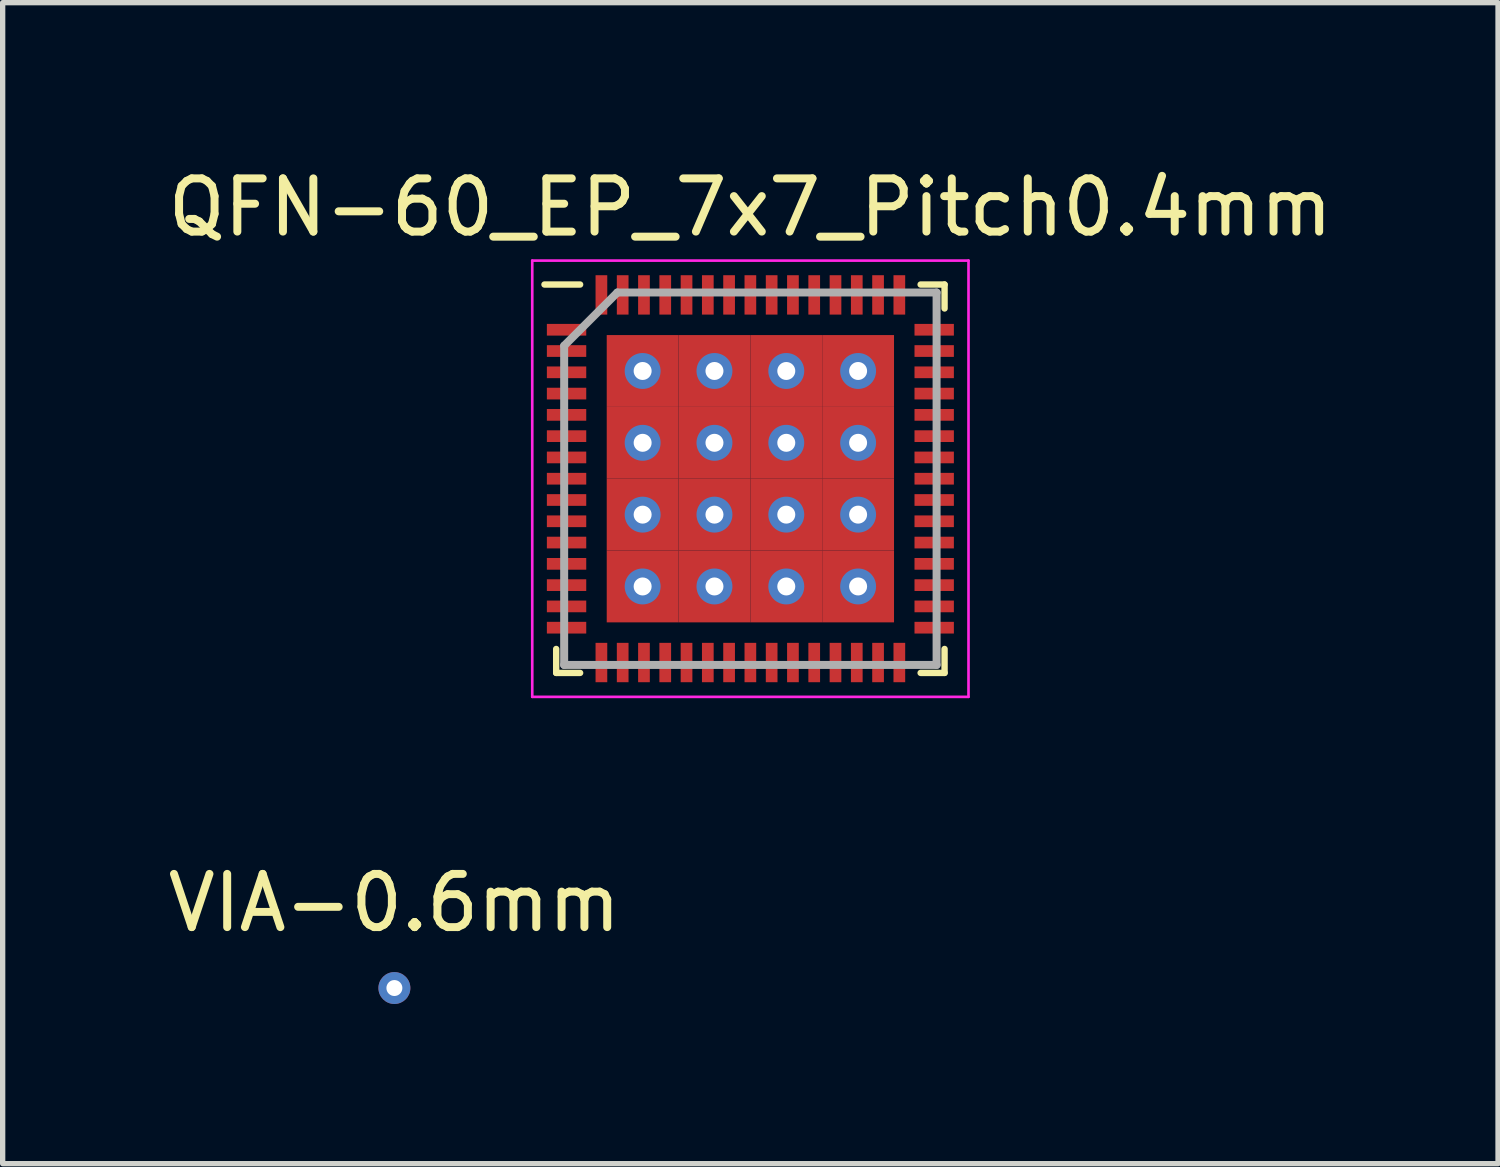
<source format=kicad_pcb>
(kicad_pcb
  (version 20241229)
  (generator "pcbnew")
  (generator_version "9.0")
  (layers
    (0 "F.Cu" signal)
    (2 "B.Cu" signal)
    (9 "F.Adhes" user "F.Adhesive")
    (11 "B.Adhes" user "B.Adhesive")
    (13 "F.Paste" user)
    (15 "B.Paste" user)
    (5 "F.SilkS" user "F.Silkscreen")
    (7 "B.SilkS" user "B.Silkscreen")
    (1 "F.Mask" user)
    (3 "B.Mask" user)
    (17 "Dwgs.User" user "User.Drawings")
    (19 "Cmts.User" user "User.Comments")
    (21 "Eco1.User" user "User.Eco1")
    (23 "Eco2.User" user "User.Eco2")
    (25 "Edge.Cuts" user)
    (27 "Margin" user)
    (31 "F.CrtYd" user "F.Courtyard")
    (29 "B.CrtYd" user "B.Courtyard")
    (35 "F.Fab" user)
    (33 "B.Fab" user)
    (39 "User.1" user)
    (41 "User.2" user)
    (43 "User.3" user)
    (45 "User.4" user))
  (footprint "QFN-60_EP_7x7_Pitch0.4mm"
    (layer "F.Cu")
    (at 11.054 5.948)
    (property "Reference" "QFN-60_EP_7x7_Pitch0.4mm" (at 0 -5.1 0) (layer "F.SilkS") (effects (font (size 1 1) (thickness 0.15))))
    (attr smd)
    (fp_line (start -3.65 3.65) (end -3.65 3.2) (stroke (width 0.12) (type solid)) (layer "F.SilkS"))
    (fp_line (start -3.2 -3.65) (end -3.87 -3.65) (stroke (width 0.12) (type solid)) (layer "F.SilkS"))
    (fp_line (start -3.2 3.65) (end -3.65 3.65) (stroke (width 0.12) (type solid)) (layer "F.SilkS"))
    (fp_line (start 3.2 -3.65) (end 3.65 -3.65) (stroke (width 0.12) (type solid)) (layer "F.SilkS"))
    (fp_line (start 3.2 3.65) (end 3.65 3.65) (stroke (width 0.12) (type solid)) (layer "F.SilkS"))
    (fp_line (start 3.65 -3.65) (end 3.65 -3.2) (stroke (width 0.12) (type solid)) (layer "F.SilkS"))
    (fp_line (start 3.65 3.65) (end 3.65 3.2) (stroke (width 0.12) (type solid)) (layer "F.SilkS"))
    (fp_line (start -4.1 -4.1) (end 4.1 -4.1) (stroke (width 0.05) (type solid)) (layer "F.CrtYd"))
    (fp_line (start -4.1 4.1) (end -4.1 -4.1) (stroke (width 0.05) (type solid)) (layer "F.CrtYd"))
    (fp_line (start 4.1 -4.1) (end 4.1 4.1) (stroke (width 0.05) (type solid)) (layer "F.CrtYd"))
    (fp_line (start 4.1 4.1) (end -4.1 4.1) (stroke (width 0.05) (type solid)) (layer "F.CrtYd"))
    (fp_line (start -3.5 -2.5) (end -3.5 3.5) (stroke (width 0.15) (type solid)) (layer "F.Fab"))
    (fp_line (start -3.5 3.5) (end 3.5 3.5) (stroke (width 0.15) (type solid)) (layer "F.Fab"))
    (fp_line (start -2.5 -3.5) (end -3.5 -2.5) (stroke (width 0.15) (type solid)) (layer "F.Fab"))
    (fp_line (start 3.5 -3.5) (end -2.5 -3.5) (stroke (width 0.15) (type solid)) (layer "F.Fab"))
    (fp_line (start 3.5 3.5) (end 3.5 -3.5) (stroke (width 0.15) (type solid)) (layer "F.Fab"))
    (pad "1" smd rect (at -3.455 -2.8 90) (size 0.22 0.74) (layers "F.Cu" "F.Mask" "F.Paste"))
    (pad "2" smd rect (at -3.455 -2.4 90) (size 0.22 0.74) (layers "F.Cu" "F.Mask" "F.Paste"))
    (pad "3" smd rect (at -3.455 -2 90) (size 0.22 0.74) (layers "F.Cu" "F.Mask" "F.Paste"))
    (pad "4" smd rect (at -3.455 -1.6 90) (size 0.22 0.74) (layers "F.Cu" "F.Mask" "F.Paste"))
    (pad "5" smd rect (at -3.455 -1.2 90) (size 0.22 0.74) (layers "F.Cu" "F.Mask" "F.Paste"))
    (pad "6" smd rect (at -3.455 -0.8 90) (size 0.22 0.74) (layers "F.Cu" "F.Mask" "F.Paste"))
    (pad "7" smd rect (at -3.455 -0.4 90) (size 0.22 0.74) (layers "F.Cu" "F.Mask" "F.Paste"))
    (pad "8" smd rect (at -3.455 0 90) (size 0.22 0.74) (layers "F.Cu" "F.Mask" "F.Paste"))
    (pad "9" smd rect (at -3.455 0.4 90) (size 0.22 0.74) (layers "F.Cu" "F.Mask" "F.Paste"))
    (pad "10" smd rect (at -3.455 0.8 90) (size 0.22 0.74) (layers "F.Cu" "F.Mask" "F.Paste"))
    (pad "11" smd rect (at -3.455 1.2 90) (size 0.22 0.74) (layers "F.Cu" "F.Mask" "F.Paste"))
    (pad "12" smd rect (at -3.455 1.6 90) (size 0.22 0.74) (layers "F.Cu" "F.Mask" "F.Paste"))
    (pad "13" smd rect (at -3.455 2 90) (size 0.22 0.74) (layers "F.Cu" "F.Mask" "F.Paste"))
    (pad "14" smd rect (at -3.455 2.4 90) (size 0.22 0.74) (layers "F.Cu" "F.Mask" "F.Paste"))
    (pad "15" smd rect (at -3.455 2.8 90) (size 0.22 0.74) (layers "F.Cu" "F.Mask" "F.Paste"))
    (pad "16" smd rect (at -2.8 3.455) (size 0.22 0.74) (layers "F.Cu" "F.Mask" "F.Paste"))
    (pad "17" smd rect (at -2.4 3.455) (size 0.22 0.74) (layers "F.Cu" "F.Mask" "F.Paste"))
    (pad "18" smd rect (at -2 3.455) (size 0.22 0.74) (layers "F.Cu" "F.Mask" "F.Paste"))
    (pad "19" smd rect (at -1.6 3.455) (size 0.22 0.74) (layers "F.Cu" "F.Mask" "F.Paste"))
    (pad "20" smd rect (at -1.2 3.455) (size 0.22 0.74) (layers "F.Cu" "F.Mask" "F.Paste"))
    (pad "21" smd rect (at -0.8 3.455) (size 0.22 0.74) (layers "F.Cu" "F.Mask" "F.Paste"))
    (pad "22" smd rect (at -0.4 3.455) (size 0.22 0.74) (layers "F.Cu" "F.Mask" "F.Paste"))
    (pad "23" smd rect (at 0 3.455) (size 0.22 0.74) (layers "F.Cu" "F.Mask" "F.Paste"))
    (pad "24" smd rect (at 0.4 3.455) (size 0.22 0.74) (layers "F.Cu" "F.Mask" "F.Paste"))
    (pad "25" smd rect (at 0.8 3.455) (size 0.22 0.74) (layers "F.Cu" "F.Mask" "F.Paste"))
    (pad "26" smd rect (at 1.2 3.455) (size 0.22 0.74) (layers "F.Cu" "F.Mask" "F.Paste"))
    (pad "27" smd rect (at 1.6 3.455) (size 0.22 0.74) (layers "F.Cu" "F.Mask" "F.Paste"))
    (pad "28" smd rect (at 2 3.455) (size 0.22 0.74) (layers "F.Cu" "F.Mask" "F.Paste"))
    (pad "29" smd rect (at 2.4 3.455) (size 0.22 0.74) (layers "F.Cu" "F.Mask" "F.Paste"))
    (pad "30" smd rect (at 2.8 3.455) (size 0.22 0.74) (layers "F.Cu" "F.Mask" "F.Paste"))
    (pad "31" smd rect (at 3.455 2.8 90) (size 0.22 0.74) (layers "F.Cu" "F.Mask" "F.Paste"))
    (pad "32" smd rect (at 3.455 2.4 90) (size 0.22 0.74) (layers "F.Cu" "F.Mask" "F.Paste"))
    (pad "33" smd rect (at 3.455 2 90) (size 0.22 0.74) (layers "F.Cu" "F.Mask" "F.Paste"))
    (pad "34" smd rect (at 3.455 1.6 90) (size 0.22 0.74) (layers "F.Cu" "F.Mask" "F.Paste"))
    (pad "35" smd rect (at 3.455 1.2 90) (size 0.22 0.74) (layers "F.Cu" "F.Mask" "F.Paste"))
    (pad "36" smd rect (at 3.455 0.8 90) (size 0.22 0.74) (layers "F.Cu" "F.Mask" "F.Paste"))
    (pad "37" smd rect (at 3.455 0.4 90) (size 0.22 0.74) (layers "F.Cu" "F.Mask" "F.Paste"))
    (pad "38" smd rect (at 3.455 0 90) (size 0.22 0.74) (layers "F.Cu" "F.Mask" "F.Paste"))
    (pad "39" smd rect (at 3.455 -0.4 90) (size 0.22 0.74) (layers "F.Cu" "F.Mask" "F.Paste"))
    (pad "40" smd rect (at 3.455 -0.8 90) (size 0.22 0.74) (layers "F.Cu" "F.Mask" "F.Paste"))
    (pad "41" smd rect (at 3.455 -1.2 90) (size 0.22 0.74) (layers "F.Cu" "F.Mask" "F.Paste"))
    (pad "42" smd rect (at 3.455 -1.6 90) (size 0.22 0.74) (layers "F.Cu" "F.Mask" "F.Paste"))
    (pad "43" smd rect (at 3.455 -2 90) (size 0.22 0.74) (layers "F.Cu" "F.Mask" "F.Paste"))
    (pad "44" smd rect (at 3.455 -2.4 90) (size 0.22 0.74) (layers "F.Cu" "F.Mask" "F.Paste"))
    (pad "45" smd rect (at 3.455 -2.8 90) (size 0.22 0.74) (layers "F.Cu" "F.Mask" "F.Paste"))
    (pad "46" smd rect (at 2.8 -3.455) (size 0.22 0.74) (layers "F.Cu" "F.Mask" "F.Paste"))
    (pad "47" smd rect (at 2.4 -3.455) (size 0.22 0.74) (layers "F.Cu" "F.Mask" "F.Paste"))
    (pad "48" smd rect (at 2 -3.455) (size 0.22 0.74) (layers "F.Cu" "F.Mask" "F.Paste"))
    (pad "49" smd rect (at 1.6 -3.455) (size 0.22 0.74) (layers "F.Cu" "F.Mask" "F.Paste"))
    (pad "50" smd rect (at 1.2 -3.455) (size 0.22 0.74) (layers "F.Cu" "F.Mask" "F.Paste"))
    (pad "51" smd rect (at 0.8 -3.455) (size 0.22 0.74) (layers "F.Cu" "F.Mask" "F.Paste"))
    (pad "52" smd rect (at 0.4 -3.455) (size 0.22 0.74) (layers "F.Cu" "F.Mask" "F.Paste"))
    (pad "53" smd rect (at 0 -3.455) (size 0.22 0.74) (layers "F.Cu" "F.Mask" "F.Paste"))
    (pad "54" smd rect (at -0.4 -3.455) (size 0.22 0.74) (layers "F.Cu" "F.Mask" "F.Paste"))
    (pad "55" smd rect (at -0.8 -3.455) (size 0.22 0.74) (layers "F.Cu" "F.Mask" "F.Paste"))
    (pad "56" smd rect (at -1.2 -3.455) (size 0.22 0.74) (layers "F.Cu" "F.Mask" "F.Paste"))
    (pad "57" smd rect (at -1.6 -3.455) (size 0.22 0.74) (layers "F.Cu" "F.Mask" "F.Paste"))
    (pad "58" smd rect (at -2 -3.455) (size 0.22 0.74) (layers "F.Cu" "F.Mask" "F.Paste"))
    (pad "59" smd rect (at -2.4 -3.455) (size 0.22 0.74) (layers "F.Cu" "F.Mask" "F.Paste"))
    (pad "60" smd rect (at -2.8 -3.455) (size 0.22 0.74) (layers "F.Cu" "F.Mask" "F.Paste"))
    (pad "61" thru_hole circle (at -2.025 -2.025) (size 0.675 0.675) (drill 0.338) (layers "*.Cu" "*.Mask"))
    (pad "61" smd rect (at -2.025 -2.025) (size 1.35 1.35) (layers "F.Cu" "F.Mask" "F.Paste"))
    (pad "61" thru_hole circle (at -2.025 -0.675) (size 0.675 0.675) (drill 0.338) (layers "*.Cu" "*.Mask"))
    (pad "61" smd rect (at -2.025 -0.675) (size 1.35 1.35) (layers "F.Cu" "F.Mask" "F.Paste"))
    (pad "61" thru_hole circle (at -2.025 0.675) (size 0.675 0.675) (drill 0.338) (layers "*.Cu" "*.Mask"))
    (pad "61" smd rect (at -2.025 0.675) (size 1.35 1.35) (layers "F.Cu" "F.Mask" "F.Paste"))
    (pad "61" thru_hole circle (at -2.025 2.025) (size 0.675 0.675) (drill 0.338) (layers "*.Cu" "*.Mask"))
    (pad "61" smd rect (at -2.025 2.025) (size 1.35 1.35) (layers "F.Cu" "F.Mask" "F.Paste"))
    (pad "61" thru_hole circle (at -0.675 -2.025) (size 0.675 0.675) (drill 0.338) (layers "*.Cu" "*.Mask"))
    (pad "61" smd rect (at -0.675 -2.025) (size 1.35 1.35) (layers "F.Cu" "F.Mask" "F.Paste"))
    (pad "61" thru_hole circle (at -0.675 -0.675) (size 0.675 0.675) (drill 0.338) (layers "*.Cu" "*.Mask"))
    (pad "61" smd rect (at -0.675 -0.675) (size 1.35 1.35) (layers "F.Cu" "F.Mask" "F.Paste"))
    (pad "61" thru_hole circle (at -0.675 0.675) (size 0.675 0.675) (drill 0.338) (layers "*.Cu" "*.Mask"))
    (pad "61" smd rect (at -0.675 0.675) (size 1.35 1.35) (layers "F.Cu" "F.Mask" "F.Paste"))
    (pad "61" thru_hole circle (at -0.675 2.025) (size 0.675 0.675) (drill 0.338) (layers "*.Cu" "*.Mask"))
    (pad "61" smd rect (at -0.675 2.025) (size 1.35 1.35) (layers "F.Cu" "F.Mask" "F.Paste"))
    (pad "61" thru_hole circle (at 0.675 -2.025) (size 0.675 0.675) (drill 0.338) (layers "*.Cu" "*.Mask"))
    (pad "61" smd rect (at 0.675 -2.025) (size 1.35 1.35) (layers "F.Cu" "F.Mask" "F.Paste"))
    (pad "61" thru_hole circle (at 0.675 -0.675) (size 0.675 0.675) (drill 0.338) (layers "*.Cu" "*.Mask"))
    (pad "61" smd rect (at 0.675 -0.675) (size 1.35 1.35) (layers "F.Cu" "F.Mask" "F.Paste"))
    (pad "61" thru_hole circle (at 0.675 0.675) (size 0.675 0.675) (drill 0.338) (layers "*.Cu" "*.Mask"))
    (pad "61" smd rect (at 0.675 0.675) (size 1.35 1.35) (layers "F.Cu" "F.Mask" "F.Paste"))
    (pad "61" thru_hole circle (at 0.675 2.025) (size 0.675 0.675) (drill 0.338) (layers "*.Cu" "*.Mask"))
    (pad "61" smd rect (at 0.675 2.025) (size 1.35 1.35) (layers "F.Cu" "F.Mask" "F.Paste"))
    (pad "61" thru_hole circle (at 2.025 -2.025) (size 0.675 0.675) (drill 0.338) (layers "*.Cu" "*.Mask"))
    (pad "61" smd rect (at 2.025 -2.025) (size 1.35 1.35) (layers "F.Cu" "F.Mask" "F.Paste"))
    (pad "61" thru_hole circle (at 2.025 -0.675) (size 0.675 0.675) (drill 0.338) (layers "*.Cu" "*.Mask"))
    (pad "61" smd rect (at 2.025 -0.675) (size 1.35 1.35) (layers "F.Cu" "F.Mask" "F.Paste"))
    (pad "61" thru_hole circle (at 2.025 0.675) (size 0.675 0.675) (drill 0.338) (layers "*.Cu" "*.Mask"))
    (pad "61" smd rect (at 2.025 0.675) (size 1.35 1.35) (layers "F.Cu" "F.Mask" "F.Paste"))
    (pad "61" thru_hole circle (at 2.025 2.025) (size 0.675 0.675) (drill 0.338) (layers "*.Cu" "*.Mask"))
    (pad "61" smd rect (at 2.025 2.025) (size 1.35 1.35) (layers "F.Cu" "F.Mask" "F.Paste")))
  (footprint "VIA-0.6mm"
    (layer "F.Cu")
    (at 4.363 15.521)
    (property "Reference" "VIA-0.6mm" (at 0 -1.6 0) (layer "F.SilkS") (effects (font (size 1 1) (thickness 0.15))))
    (attr through_hole)
    (pad "1" thru_hole circle (at 0 0) (size 0.6 0.6) (drill 0.3) (layers "*.Cu")))
  (gr_rect
    (start -3 -3)
    (end 25.107 18.822)
    (stroke (width 0.1) (type default))
    (fill no)
    (layer "Edge.Cuts")))
</source>
